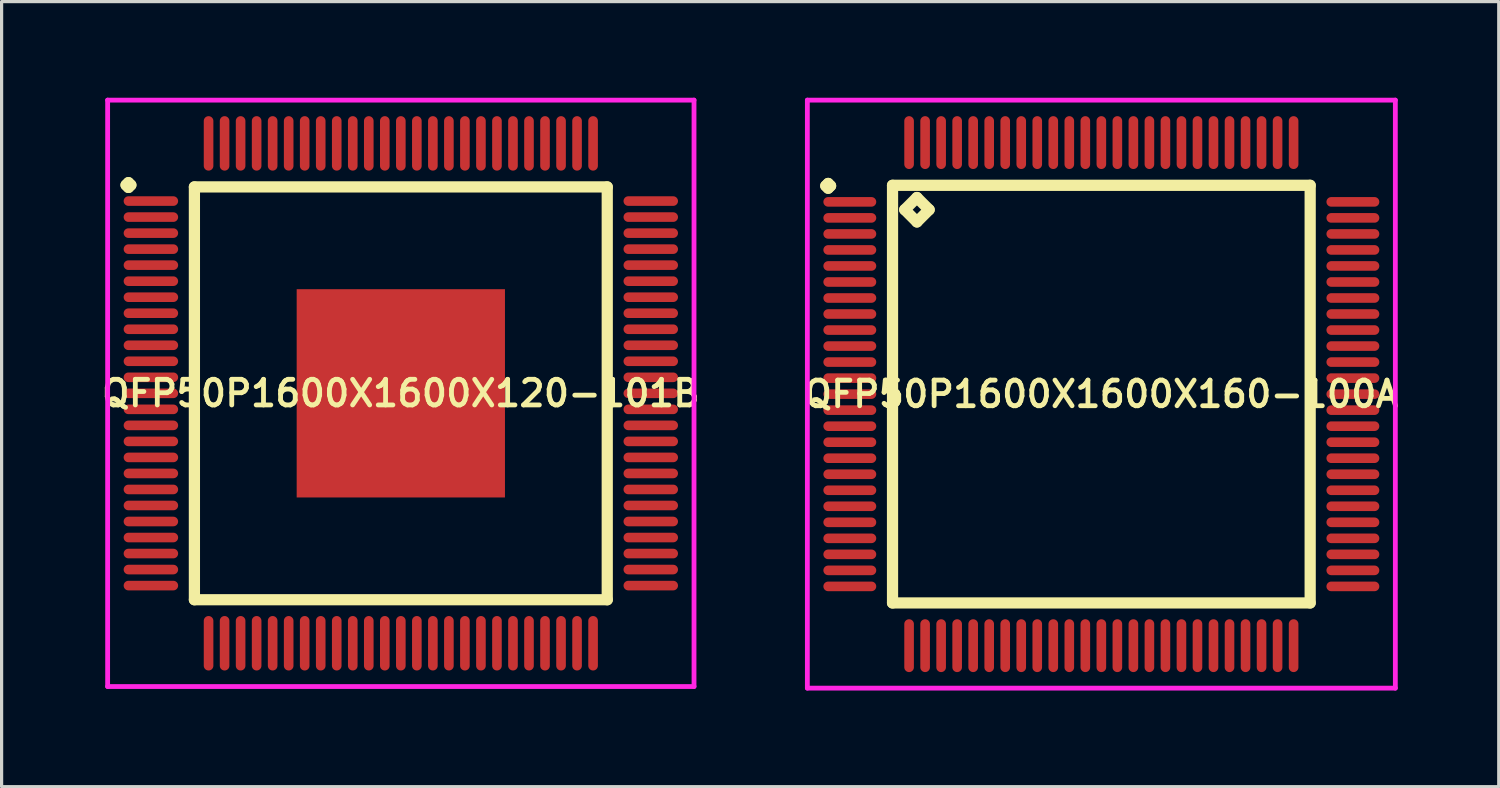
<source format=kicad_pcb>
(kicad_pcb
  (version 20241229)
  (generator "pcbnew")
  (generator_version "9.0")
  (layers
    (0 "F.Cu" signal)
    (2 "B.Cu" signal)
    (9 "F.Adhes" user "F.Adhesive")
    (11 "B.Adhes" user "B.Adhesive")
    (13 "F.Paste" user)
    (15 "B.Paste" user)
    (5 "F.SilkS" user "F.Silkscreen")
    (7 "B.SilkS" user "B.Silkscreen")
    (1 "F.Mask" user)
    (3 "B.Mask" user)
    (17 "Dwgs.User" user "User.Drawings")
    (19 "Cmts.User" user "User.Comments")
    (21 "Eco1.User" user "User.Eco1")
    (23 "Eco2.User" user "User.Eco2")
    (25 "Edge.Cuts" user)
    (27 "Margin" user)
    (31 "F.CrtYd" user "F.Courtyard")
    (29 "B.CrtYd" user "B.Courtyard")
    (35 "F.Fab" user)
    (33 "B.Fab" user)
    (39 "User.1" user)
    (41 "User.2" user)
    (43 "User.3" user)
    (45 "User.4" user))
  (footprint "QFP50P1600X1600X160-100A"
    (layer "F.Cu")
    (at 31.321 9.25)
    (property "Reference" "QFP50P1600X1600X160-100A" (at 0 0 0) (layer "F.SilkS") (effects (font (size 0.8 0.8) (thickness 0.15))))
    (attr smd)
    (fp_line (start -8.6 -6.5) (end -8.525 -6.575) (stroke (width 0.35) (type solid)) (layer "F.SilkS"))
    (fp_line (start -8.525 -6.575) (end -8.45 -6.5) (stroke (width 0.35) (type solid)) (layer "F.SilkS"))
    (fp_line (start -8.525 -6.425) (end -8.6 -6.5) (stroke (width 0.35) (type solid)) (layer "F.SilkS"))
    (fp_line (start -8.45 -6.5) (end -8.525 -6.425) (stroke (width 0.35) (type solid)) (layer "F.SilkS"))
    (fp_line (start -6.517 -6.517) (end -6.517 6.517) (stroke (width 0.35) (type solid)) (layer "F.SilkS"))
    (fp_line (start -6.517 6.517) (end 6.517 6.517) (stroke (width 0.35) (type solid)) (layer "F.SilkS"))
    (fp_line (start -6.136 -5.755) (end -5.755 -6.136) (stroke (width 0.35) (type solid)) (layer "F.SilkS"))
    (fp_line (start -5.755 -6.136) (end -5.374 -5.755) (stroke (width 0.35) (type solid)) (layer "F.SilkS"))
    (fp_line (start -5.755 -5.374) (end -6.136 -5.755) (stroke (width 0.35) (type solid)) (layer "F.SilkS"))
    (fp_line (start -5.374 -5.755) (end -5.755 -5.374) (stroke (width 0.35) (type solid)) (layer "F.SilkS"))
    (fp_line (start 6.517 -6.517) (end -6.517 -6.517) (stroke (width 0.35) (type solid)) (layer "F.SilkS"))
    (fp_line (start 6.517 6.517) (end 6.517 -6.517) (stroke (width 0.35) (type solid)) (layer "F.SilkS"))
    (fp_line (start -9.175 -9.175) (end 9.175 -9.175) (stroke (width 0.15) (type solid)) (layer "F.CrtYd"))
    (fp_line (start -9.175 9.175) (end -9.175 -9.175) (stroke (width 0.15) (type solid)) (layer "F.CrtYd"))
    (fp_line (start 9.175 -9.175) (end 9.175 9.175) (stroke (width 0.15) (type solid)) (layer "F.CrtYd"))
    (fp_line (start 9.175 9.175) (end -9.175 9.175) (stroke (width 0.15) (type solid)) (layer "F.CrtYd"))
    (pad "1" smd oval (at -7.85 -6) (size 1.65 0.3) (layers "F.Cu" "F.Mask" "F.Paste"))
    (pad "2" smd oval (at -7.85 -5.5) (size 1.65 0.3) (layers "F.Cu" "F.Mask" "F.Paste"))
    (pad "3" smd oval (at -7.85 -5) (size 1.65 0.3) (layers "F.Cu" "F.Mask" "F.Paste"))
    (pad "4" smd oval (at -7.85 -4.5) (size 1.65 0.3) (layers "F.Cu" "F.Mask" "F.Paste"))
    (pad "5" smd oval (at -7.85 -4) (size 1.65 0.3) (layers "F.Cu" "F.Mask" "F.Paste"))
    (pad "6" smd oval (at -7.85 -3.5) (size 1.65 0.3) (layers "F.Cu" "F.Mask" "F.Paste"))
    (pad "7" smd oval (at -7.85 -3) (size 1.65 0.3) (layers "F.Cu" "F.Mask" "F.Paste"))
    (pad "8" smd oval (at -7.85 -2.5) (size 1.65 0.3) (layers "F.Cu" "F.Mask" "F.Paste"))
    (pad "9" smd oval (at -7.85 -2) (size 1.65 0.3) (layers "F.Cu" "F.Mask" "F.Paste"))
    (pad "10" smd oval (at -7.85 -1.5) (size 1.65 0.3) (layers "F.Cu" "F.Mask" "F.Paste"))
    (pad "11" smd oval (at -7.85 -1) (size 1.65 0.3) (layers "F.Cu" "F.Mask" "F.Paste"))
    (pad "12" smd oval (at -7.85 -0.5) (size 1.65 0.3) (layers "F.Cu" "F.Mask" "F.Paste"))
    (pad "13" smd oval (at -7.85 0) (size 1.65 0.3) (layers "F.Cu" "F.Mask" "F.Paste"))
    (pad "14" smd oval (at -7.85 0.5) (size 1.65 0.3) (layers "F.Cu" "F.Mask" "F.Paste"))
    (pad "15" smd oval (at -7.85 1) (size 1.65 0.3) (layers "F.Cu" "F.Mask" "F.Paste"))
    (pad "16" smd oval (at -7.85 1.5) (size 1.65 0.3) (layers "F.Cu" "F.Mask" "F.Paste"))
    (pad "17" smd oval (at -7.85 2) (size 1.65 0.3) (layers "F.Cu" "F.Mask" "F.Paste"))
    (pad "18" smd oval (at -7.85 2.5) (size 1.65 0.3) (layers "F.Cu" "F.Mask" "F.Paste"))
    (pad "19" smd oval (at -7.85 3) (size 1.65 0.3) (layers "F.Cu" "F.Mask" "F.Paste"))
    (pad "20" smd oval (at -7.85 3.5) (size 1.65 0.3) (layers "F.Cu" "F.Mask" "F.Paste"))
    (pad "21" smd oval (at -7.85 4) (size 1.65 0.3) (layers "F.Cu" "F.Mask" "F.Paste"))
    (pad "22" smd oval (at -7.85 4.5) (size 1.65 0.3) (layers "F.Cu" "F.Mask" "F.Paste"))
    (pad "23" smd oval (at -7.85 5) (size 1.65 0.3) (layers "F.Cu" "F.Mask" "F.Paste"))
    (pad "24" smd oval (at -7.85 5.5) (size 1.65 0.3) (layers "F.Cu" "F.Mask" "F.Paste"))
    (pad "25" smd oval (at -7.85 6) (size 1.65 0.3) (layers "F.Cu" "F.Mask" "F.Paste"))
    (pad "26" smd oval (at -6 7.85) (size 0.3 1.65) (layers "F.Cu" "F.Mask" "F.Paste"))
    (pad "27" smd oval (at -5.5 7.85) (size 0.3 1.65) (layers "F.Cu" "F.Mask" "F.Paste"))
    (pad "28" smd oval (at -5 7.85) (size 0.3 1.65) (layers "F.Cu" "F.Mask" "F.Paste"))
    (pad "29" smd oval (at -4.5 7.85) (size 0.3 1.65) (layers "F.Cu" "F.Mask" "F.Paste"))
    (pad "30" smd oval (at -4 7.85) (size 0.3 1.65) (layers "F.Cu" "F.Mask" "F.Paste"))
    (pad "31" smd oval (at -3.5 7.85) (size 0.3 1.65) (layers "F.Cu" "F.Mask" "F.Paste"))
    (pad "32" smd oval (at -3 7.85) (size 0.3 1.65) (layers "F.Cu" "F.Mask" "F.Paste"))
    (pad "33" smd oval (at -2.5 7.85) (size 0.3 1.65) (layers "F.Cu" "F.Mask" "F.Paste"))
    (pad "34" smd oval (at -2 7.85) (size 0.3 1.65) (layers "F.Cu" "F.Mask" "F.Paste"))
    (pad "35" smd oval (at -1.5 7.85) (size 0.3 1.65) (layers "F.Cu" "F.Mask" "F.Paste"))
    (pad "36" smd oval (at -1 7.85) (size 0.3 1.65) (layers "F.Cu" "F.Mask" "F.Paste"))
    (pad "37" smd oval (at -0.5 7.85) (size 0.3 1.65) (layers "F.Cu" "F.Mask" "F.Paste"))
    (pad "38" smd oval (at 0 7.85) (size 0.3 1.65) (layers "F.Cu" "F.Mask" "F.Paste"))
    (pad "39" smd oval (at 0.5 7.85) (size 0.3 1.65) (layers "F.Cu" "F.Mask" "F.Paste"))
    (pad "40" smd oval (at 1 7.85) (size 0.3 1.65) (layers "F.Cu" "F.Mask" "F.Paste"))
    (pad "41" smd oval (at 1.5 7.85) (size 0.3 1.65) (layers "F.Cu" "F.Mask" "F.Paste"))
    (pad "42" smd oval (at 2 7.85) (size 0.3 1.65) (layers "F.Cu" "F.Mask" "F.Paste"))
    (pad "43" smd oval (at 2.5 7.85) (size 0.3 1.65) (layers "F.Cu" "F.Mask" "F.Paste"))
    (pad "44" smd oval (at 3 7.85) (size 0.3 1.65) (layers "F.Cu" "F.Mask" "F.Paste"))
    (pad "45" smd oval (at 3.5 7.85) (size 0.3 1.65) (layers "F.Cu" "F.Mask" "F.Paste"))
    (pad "46" smd oval (at 4 7.85) (size 0.3 1.65) (layers "F.Cu" "F.Mask" "F.Paste"))
    (pad "47" smd oval (at 4.5 7.85) (size 0.3 1.65) (layers "F.Cu" "F.Mask" "F.Paste"))
    (pad "48" smd oval (at 5 7.85) (size 0.3 1.65) (layers "F.Cu" "F.Mask" "F.Paste"))
    (pad "49" smd oval (at 5.5 7.85) (size 0.3 1.65) (layers "F.Cu" "F.Mask" "F.Paste"))
    (pad "50" smd oval (at 6 7.85) (size 0.3 1.65) (layers "F.Cu" "F.Mask" "F.Paste"))
    (pad "51" smd oval (at 7.85 6) (size 1.65 0.3) (layers "F.Cu" "F.Mask" "F.Paste"))
    (pad "52" smd oval (at 7.85 5.5) (size 1.65 0.3) (layers "F.Cu" "F.Mask" "F.Paste"))
    (pad "53" smd oval (at 7.85 5) (size 1.65 0.3) (layers "F.Cu" "F.Mask" "F.Paste"))
    (pad "54" smd oval (at 7.85 4.5) (size 1.65 0.3) (layers "F.Cu" "F.Mask" "F.Paste"))
    (pad "55" smd oval (at 7.85 4) (size 1.65 0.3) (layers "F.Cu" "F.Mask" "F.Paste"))
    (pad "56" smd oval (at 7.85 3.5) (size 1.65 0.3) (layers "F.Cu" "F.Mask" "F.Paste"))
    (pad "57" smd oval (at 7.85 3) (size 1.65 0.3) (layers "F.Cu" "F.Mask" "F.Paste"))
    (pad "58" smd oval (at 7.85 2.5) (size 1.65 0.3) (layers "F.Cu" "F.Mask" "F.Paste"))
    (pad "59" smd oval (at 7.85 2) (size 1.65 0.3) (layers "F.Cu" "F.Mask" "F.Paste"))
    (pad "60" smd oval (at 7.85 1.5) (size 1.65 0.3) (layers "F.Cu" "F.Mask" "F.Paste"))
    (pad "61" smd oval (at 7.85 1) (size 1.65 0.3) (layers "F.Cu" "F.Mask" "F.Paste"))
    (pad "62" smd oval (at 7.85 0.5) (size 1.65 0.3) (layers "F.Cu" "F.Mask" "F.Paste"))
    (pad "63" smd oval (at 7.85 0) (size 1.65 0.3) (layers "F.Cu" "F.Mask" "F.Paste"))
    (pad "64" smd oval (at 7.85 -0.5) (size 1.65 0.3) (layers "F.Cu" "F.Mask" "F.Paste"))
    (pad "65" smd oval (at 7.85 -1) (size 1.65 0.3) (layers "F.Cu" "F.Mask" "F.Paste"))
    (pad "66" smd oval (at 7.85 -1.5) (size 1.65 0.3) (layers "F.Cu" "F.Mask" "F.Paste"))
    (pad "67" smd oval (at 7.85 -2) (size 1.65 0.3) (layers "F.Cu" "F.Mask" "F.Paste"))
    (pad "68" smd oval (at 7.85 -2.5) (size 1.65 0.3) (layers "F.Cu" "F.Mask" "F.Paste"))
    (pad "69" smd oval (at 7.85 -3) (size 1.65 0.3) (layers "F.Cu" "F.Mask" "F.Paste"))
    (pad "70" smd oval (at 7.85 -3.5) (size 1.65 0.3) (layers "F.Cu" "F.Mask" "F.Paste"))
    (pad "71" smd oval (at 7.85 -4) (size 1.65 0.3) (layers "F.Cu" "F.Mask" "F.Paste"))
    (pad "72" smd oval (at 7.85 -4.5) (size 1.65 0.3) (layers "F.Cu" "F.Mask" "F.Paste"))
    (pad "73" smd oval (at 7.85 -5) (size 1.65 0.3) (layers "F.Cu" "F.Mask" "F.Paste"))
    (pad "74" smd oval (at 7.85 -5.5) (size 1.65 0.3) (layers "F.Cu" "F.Mask" "F.Paste"))
    (pad "75" smd oval (at 7.85 -6) (size 1.65 0.3) (layers "F.Cu" "F.Mask" "F.Paste"))
    (pad "76" smd oval (at 6 -7.85) (size 0.3 1.65) (layers "F.Cu" "F.Mask" "F.Paste"))
    (pad "77" smd oval (at 5.5 -7.85) (size 0.3 1.65) (layers "F.Cu" "F.Mask" "F.Paste"))
    (pad "78" smd oval (at 5 -7.85) (size 0.3 1.65) (layers "F.Cu" "F.Mask" "F.Paste"))
    (pad "79" smd oval (at 4.5 -7.85) (size 0.3 1.65) (layers "F.Cu" "F.Mask" "F.Paste"))
    (pad "80" smd oval (at 4 -7.85) (size 0.3 1.65) (layers "F.Cu" "F.Mask" "F.Paste"))
    (pad "81" smd oval (at 3.5 -7.85) (size 0.3 1.65) (layers "F.Cu" "F.Mask" "F.Paste"))
    (pad "82" smd oval (at 3 -7.85) (size 0.3 1.65) (layers "F.Cu" "F.Mask" "F.Paste"))
    (pad "83" smd oval (at 2.5 -7.85) (size 0.3 1.65) (layers "F.Cu" "F.Mask" "F.Paste"))
    (pad "84" smd oval (at 2 -7.85) (size 0.3 1.65) (layers "F.Cu" "F.Mask" "F.Paste"))
    (pad "85" smd oval (at 1.5 -7.85) (size 0.3 1.65) (layers "F.Cu" "F.Mask" "F.Paste"))
    (pad "86" smd oval (at 1 -7.85) (size 0.3 1.65) (layers "F.Cu" "F.Mask" "F.Paste"))
    (pad "87" smd oval (at 0.5 -7.85) (size 0.3 1.65) (layers "F.Cu" "F.Mask" "F.Paste"))
    (pad "88" smd oval (at 0 -7.85) (size 0.3 1.65) (layers "F.Cu" "F.Mask" "F.Paste"))
    (pad "89" smd oval (at -0.5 -7.85) (size 0.3 1.65) (layers "F.Cu" "F.Mask" "F.Paste"))
    (pad "90" smd oval (at -1 -7.85) (size 0.3 1.65) (layers "F.Cu" "F.Mask" "F.Paste"))
    (pad "91" smd oval (at -1.5 -7.85) (size 0.3 1.65) (layers "F.Cu" "F.Mask" "F.Paste"))
    (pad "92" smd oval (at -2 -7.85) (size 0.3 1.65) (layers "F.Cu" "F.Mask" "F.Paste"))
    (pad "93" smd oval (at -2.5 -7.85) (size 0.3 1.65) (layers "F.Cu" "F.Mask" "F.Paste"))
    (pad "94" smd oval (at -3 -7.85) (size 0.3 1.65) (layers "F.Cu" "F.Mask" "F.Paste"))
    (pad "95" smd oval (at -3.5 -7.85) (size 0.3 1.65) (layers "F.Cu" "F.Mask" "F.Paste"))
    (pad "96" smd oval (at -4 -7.85) (size 0.3 1.65) (layers "F.Cu" "F.Mask" "F.Paste"))
    (pad "97" smd oval (at -4.5 -7.85) (size 0.3 1.65) (layers "F.Cu" "F.Mask" "F.Paste"))
    (pad "98" smd oval (at -5 -7.85) (size 0.3 1.65) (layers "F.Cu" "F.Mask" "F.Paste"))
    (pad "99" smd oval (at -5.5 -7.85) (size 0.3 1.65) (layers "F.Cu" "F.Mask" "F.Paste"))
    (pad "100" smd oval (at -6 -7.85) (size 0.3 1.65) (layers "F.Cu" "F.Mask" "F.Paste")))
  (footprint "QFP50P1600X1600X120-101B"
    (layer "F.Cu")
    (at 9.459 9.225)
    (property "Reference" "QFP50P1600X1600X120-101B" (at 0 0 0) (layer "F.SilkS") (effects (font (size 0.8 0.8) (thickness 0.15))))
    (attr smd)
    (fp_line (start -8.575 -6.5) (end -8.5 -6.575) (stroke (width 0.35) (type solid)) (layer "F.SilkS"))
    (fp_line (start -8.5 -6.575) (end -8.425 -6.5) (stroke (width 0.35) (type solid)) (layer "F.SilkS"))
    (fp_line (start -8.5 -6.425) (end -8.575 -6.5) (stroke (width 0.35) (type solid)) (layer "F.SilkS"))
    (fp_line (start -8.425 -6.5) (end -8.5 -6.425) (stroke (width 0.35) (type solid)) (layer "F.SilkS"))
    (fp_line (start -6.442 -6.442) (end -6.442 6.442) (stroke (width 0.35) (type solid)) (layer "F.SilkS"))
    (fp_line (start -6.442 6.442) (end 6.442 6.442) (stroke (width 0.35) (type solid)) (layer "F.SilkS"))
    (fp_line (start 6.442 -6.442) (end -6.442 -6.442) (stroke (width 0.35) (type solid)) (layer "F.SilkS"))
    (fp_line (start 6.442 6.442) (end 6.442 -6.442) (stroke (width 0.35) (type solid)) (layer "F.SilkS"))
    (fp_line (start -9.15 -9.15) (end 9.15 -9.15) (stroke (width 0.15) (type solid)) (layer "F.CrtYd"))
    (fp_line (start -9.15 9.15) (end -9.15 -9.15) (stroke (width 0.15) (type solid)) (layer "F.CrtYd"))
    (fp_line (start 9.15 -9.15) (end 9.15 9.15) (stroke (width 0.15) (type solid)) (layer "F.CrtYd"))
    (fp_line (start 9.15 9.15) (end -9.15 9.15) (stroke (width 0.15) (type solid)) (layer "F.CrtYd"))
    (pad "1" smd oval (at -7.8 -6) (size 1.7 0.3) (layers "F.Cu" "F.Mask" "F.Paste"))
    (pad "2" smd oval (at -7.8 -5.5) (size 1.7 0.3) (layers "F.Cu" "F.Mask" "F.Paste"))
    (pad "3" smd oval (at -7.8 -5) (size 1.7 0.3) (layers "F.Cu" "F.Mask" "F.Paste"))
    (pad "4" smd oval (at -7.8 -4.5) (size 1.7 0.3) (layers "F.Cu" "F.Mask" "F.Paste"))
    (pad "5" smd oval (at -7.8 -4) (size 1.7 0.3) (layers "F.Cu" "F.Mask" "F.Paste"))
    (pad "6" smd oval (at -7.8 -3.5) (size 1.7 0.3) (layers "F.Cu" "F.Mask" "F.Paste"))
    (pad "7" smd oval (at -7.8 -3) (size 1.7 0.3) (layers "F.Cu" "F.Mask" "F.Paste"))
    (pad "8" smd oval (at -7.8 -2.5) (size 1.7 0.3) (layers "F.Cu" "F.Mask" "F.Paste"))
    (pad "9" smd oval (at -7.8 -2) (size 1.7 0.3) (layers "F.Cu" "F.Mask" "F.Paste"))
    (pad "10" smd oval (at -7.8 -1.5) (size 1.7 0.3) (layers "F.Cu" "F.Mask" "F.Paste"))
    (pad "11" smd oval (at -7.8 -1) (size 1.7 0.3) (layers "F.Cu" "F.Mask" "F.Paste"))
    (pad "12" smd oval (at -7.8 -0.5) (size 1.7 0.3) (layers "F.Cu" "F.Mask" "F.Paste"))
    (pad "13" smd oval (at -7.8 0) (size 1.7 0.3) (layers "F.Cu" "F.Mask" "F.Paste"))
    (pad "14" smd oval (at -7.8 0.5) (size 1.7 0.3) (layers "F.Cu" "F.Mask" "F.Paste"))
    (pad "15" smd oval (at -7.8 1) (size 1.7 0.3) (layers "F.Cu" "F.Mask" "F.Paste"))
    (pad "16" smd oval (at -7.8 1.5) (size 1.7 0.3) (layers "F.Cu" "F.Mask" "F.Paste"))
    (pad "17" smd oval (at -7.8 2) (size 1.7 0.3) (layers "F.Cu" "F.Mask" "F.Paste"))
    (pad "18" smd oval (at -7.8 2.5) (size 1.7 0.3) (layers "F.Cu" "F.Mask" "F.Paste"))
    (pad "19" smd oval (at -7.8 3) (size 1.7 0.3) (layers "F.Cu" "F.Mask" "F.Paste"))
    (pad "20" smd oval (at -7.8 3.5) (size 1.7 0.3) (layers "F.Cu" "F.Mask" "F.Paste"))
    (pad "21" smd oval (at -7.8 4) (size 1.7 0.3) (layers "F.Cu" "F.Mask" "F.Paste"))
    (pad "22" smd oval (at -7.8 4.5) (size 1.7 0.3) (layers "F.Cu" "F.Mask" "F.Paste"))
    (pad "23" smd oval (at -7.8 5) (size 1.7 0.3) (layers "F.Cu" "F.Mask" "F.Paste"))
    (pad "24" smd oval (at -7.8 5.5) (size 1.7 0.3) (layers "F.Cu" "F.Mask" "F.Paste"))
    (pad "25" smd oval (at -7.8 6) (size 1.7 0.3) (layers "F.Cu" "F.Mask" "F.Paste"))
    (pad "26" smd oval (at -6 7.8) (size 0.3 1.7) (layers "F.Cu" "F.Mask" "F.Paste"))
    (pad "27" smd oval (at -5.5 7.8) (size 0.3 1.7) (layers "F.Cu" "F.Mask" "F.Paste"))
    (pad "28" smd oval (at -5 7.8) (size 0.3 1.7) (layers "F.Cu" "F.Mask" "F.Paste"))
    (pad "29" smd oval (at -4.5 7.8) (size 0.3 1.7) (layers "F.Cu" "F.Mask" "F.Paste"))
    (pad "30" smd oval (at -4 7.8) (size 0.3 1.7) (layers "F.Cu" "F.Mask" "F.Paste"))
    (pad "31" smd oval (at -3.5 7.8) (size 0.3 1.7) (layers "F.Cu" "F.Mask" "F.Paste"))
    (pad "32" smd oval (at -3 7.8) (size 0.3 1.7) (layers "F.Cu" "F.Mask" "F.Paste"))
    (pad "33" smd oval (at -2.5 7.8) (size 0.3 1.7) (layers "F.Cu" "F.Mask" "F.Paste"))
    (pad "34" smd oval (at -2 7.8) (size 0.3 1.7) (layers "F.Cu" "F.Mask" "F.Paste"))
    (pad "35" smd oval (at -1.5 7.8) (size 0.3 1.7) (layers "F.Cu" "F.Mask" "F.Paste"))
    (pad "36" smd oval (at -1 7.8) (size 0.3 1.7) (layers "F.Cu" "F.Mask" "F.Paste"))
    (pad "37" smd oval (at -0.5 7.8) (size 0.3 1.7) (layers "F.Cu" "F.Mask" "F.Paste"))
    (pad "38" smd oval (at 0 7.8) (size 0.3 1.7) (layers "F.Cu" "F.Mask" "F.Paste"))
    (pad "39" smd oval (at 0.5 7.8) (size 0.3 1.7) (layers "F.Cu" "F.Mask" "F.Paste"))
    (pad "40" smd oval (at 1 7.8) (size 0.3 1.7) (layers "F.Cu" "F.Mask" "F.Paste"))
    (pad "41" smd oval (at 1.5 7.8) (size 0.3 1.7) (layers "F.Cu" "F.Mask" "F.Paste"))
    (pad "42" smd oval (at 2 7.8) (size 0.3 1.7) (layers "F.Cu" "F.Mask" "F.Paste"))
    (pad "43" smd oval (at 2.5 7.8) (size 0.3 1.7) (layers "F.Cu" "F.Mask" "F.Paste"))
    (pad "44" smd oval (at 3 7.8) (size 0.3 1.7) (layers "F.Cu" "F.Mask" "F.Paste"))
    (pad "45" smd oval (at 3.5 7.8) (size 0.3 1.7) (layers "F.Cu" "F.Mask" "F.Paste"))
    (pad "46" smd oval (at 4 7.8) (size 0.3 1.7) (layers "F.Cu" "F.Mask" "F.Paste"))
    (pad "47" smd oval (at 4.5 7.8) (size 0.3 1.7) (layers "F.Cu" "F.Mask" "F.Paste"))
    (pad "48" smd oval (at 5 7.8) (size 0.3 1.7) (layers "F.Cu" "F.Mask" "F.Paste"))
    (pad "49" smd oval (at 5.5 7.8) (size 0.3 1.7) (layers "F.Cu" "F.Mask" "F.Paste"))
    (pad "50" smd oval (at 6 7.8) (size 0.3 1.7) (layers "F.Cu" "F.Mask" "F.Paste"))
    (pad "51" smd oval (at 7.8 6) (size 1.7 0.3) (layers "F.Cu" "F.Mask" "F.Paste"))
    (pad "52" smd oval (at 7.8 5.5) (size 1.7 0.3) (layers "F.Cu" "F.Mask" "F.Paste"))
    (pad "53" smd oval (at 7.8 5) (size 1.7 0.3) (layers "F.Cu" "F.Mask" "F.Paste"))
    (pad "54" smd oval (at 7.8 4.5) (size 1.7 0.3) (layers "F.Cu" "F.Mask" "F.Paste"))
    (pad "55" smd oval (at 7.8 4) (size 1.7 0.3) (layers "F.Cu" "F.Mask" "F.Paste"))
    (pad "56" smd oval (at 7.8 3.5) (size 1.7 0.3) (layers "F.Cu" "F.Mask" "F.Paste"))
    (pad "57" smd oval (at 7.8 3) (size 1.7 0.3) (layers "F.Cu" "F.Mask" "F.Paste"))
    (pad "58" smd oval (at 7.8 2.5) (size 1.7 0.3) (layers "F.Cu" "F.Mask" "F.Paste"))
    (pad "59" smd oval (at 7.8 2) (size 1.7 0.3) (layers "F.Cu" "F.Mask" "F.Paste"))
    (pad "60" smd oval (at 7.8 1.5) (size 1.7 0.3) (layers "F.Cu" "F.Mask" "F.Paste"))
    (pad "61" smd oval (at 7.8 1) (size 1.7 0.3) (layers "F.Cu" "F.Mask" "F.Paste"))
    (pad "62" smd oval (at 7.8 0.5) (size 1.7 0.3) (layers "F.Cu" "F.Mask" "F.Paste"))
    (pad "63" smd oval (at 7.8 0) (size 1.7 0.3) (layers "F.Cu" "F.Mask" "F.Paste"))
    (pad "64" smd oval (at 7.8 -0.5) (size 1.7 0.3) (layers "F.Cu" "F.Mask" "F.Paste"))
    (pad "65" smd oval (at 7.8 -1) (size 1.7 0.3) (layers "F.Cu" "F.Mask" "F.Paste"))
    (pad "66" smd oval (at 7.8 -1.5) (size 1.7 0.3) (layers "F.Cu" "F.Mask" "F.Paste"))
    (pad "67" smd oval (at 7.8 -2) (size 1.7 0.3) (layers "F.Cu" "F.Mask" "F.Paste"))
    (pad "68" smd oval (at 7.8 -2.5) (size 1.7 0.3) (layers "F.Cu" "F.Mask" "F.Paste"))
    (pad "69" smd oval (at 7.8 -3) (size 1.7 0.3) (layers "F.Cu" "F.Mask" "F.Paste"))
    (pad "70" smd oval (at 7.8 -3.5) (size 1.7 0.3) (layers "F.Cu" "F.Mask" "F.Paste"))
    (pad "71" smd oval (at 7.8 -4) (size 1.7 0.3) (layers "F.Cu" "F.Mask" "F.Paste"))
    (pad "72" smd oval (at 7.8 -4.5) (size 1.7 0.3) (layers "F.Cu" "F.Mask" "F.Paste"))
    (pad "73" smd oval (at 7.8 -5) (size 1.7 0.3) (layers "F.Cu" "F.Mask" "F.Paste"))
    (pad "74" smd oval (at 7.8 -5.5) (size 1.7 0.3) (layers "F.Cu" "F.Mask" "F.Paste"))
    (pad "75" smd oval (at 7.8 -6) (size 1.7 0.3) (layers "F.Cu" "F.Mask" "F.Paste"))
    (pad "76" smd oval (at 6 -7.8) (size 0.3 1.7) (layers "F.Cu" "F.Mask" "F.Paste"))
    (pad "77" smd oval (at 5.5 -7.8) (size 0.3 1.7) (layers "F.Cu" "F.Mask" "F.Paste"))
    (pad "78" smd oval (at 5 -7.8) (size 0.3 1.7) (layers "F.Cu" "F.Mask" "F.Paste"))
    (pad "79" smd oval (at 4.5 -7.8) (size 0.3 1.7) (layers "F.Cu" "F.Mask" "F.Paste"))
    (pad "80" smd oval (at 4 -7.8) (size 0.3 1.7) (layers "F.Cu" "F.Mask" "F.Paste"))
    (pad "81" smd oval (at 3.5 -7.8) (size 0.3 1.7) (layers "F.Cu" "F.Mask" "F.Paste"))
    (pad "82" smd oval (at 3 -7.8) (size 0.3 1.7) (layers "F.Cu" "F.Mask" "F.Paste"))
    (pad "83" smd oval (at 2.5 -7.8) (size 0.3 1.7) (layers "F.Cu" "F.Mask" "F.Paste"))
    (pad "84" smd oval (at 2 -7.8) (size 0.3 1.7) (layers "F.Cu" "F.Mask" "F.Paste"))
    (pad "85" smd oval (at 1.5 -7.8) (size 0.3 1.7) (layers "F.Cu" "F.Mask" "F.Paste"))
    (pad "86" smd oval (at 1 -7.8) (size 0.3 1.7) (layers "F.Cu" "F.Mask" "F.Paste"))
    (pad "87" smd oval (at 0.5 -7.8) (size 0.3 1.7) (layers "F.Cu" "F.Mask" "F.Paste"))
    (pad "88" smd oval (at 0 -7.8) (size 0.3 1.7) (layers "F.Cu" "F.Mask" "F.Paste"))
    (pad "89" smd oval (at -0.5 -7.8) (size 0.3 1.7) (layers "F.Cu" "F.Mask" "F.Paste"))
    (pad "90" smd oval (at -1 -7.8) (size 0.3 1.7) (layers "F.Cu" "F.Mask" "F.Paste"))
    (pad "91" smd oval (at -1.5 -7.8) (size 0.3 1.7) (layers "F.Cu" "F.Mask" "F.Paste"))
    (pad "92" smd oval (at -2 -7.8) (size 0.3 1.7) (layers "F.Cu" "F.Mask" "F.Paste"))
    (pad "93" smd oval (at -2.5 -7.8) (size 0.3 1.7) (layers "F.Cu" "F.Mask" "F.Paste"))
    (pad "94" smd oval (at -3 -7.8) (size 0.3 1.7) (layers "F.Cu" "F.Mask" "F.Paste"))
    (pad "95" smd oval (at -3.5 -7.8) (size 0.3 1.7) (layers "F.Cu" "F.Mask" "F.Paste"))
    (pad "96" smd oval (at -4 -7.8) (size 0.3 1.7) (layers "F.Cu" "F.Mask" "F.Paste"))
    (pad "97" smd oval (at -4.5 -7.8) (size 0.3 1.7) (layers "F.Cu" "F.Mask" "F.Paste"))
    (pad "98" smd oval (at -5 -7.8) (size 0.3 1.7) (layers "F.Cu" "F.Mask" "F.Paste"))
    (pad "99" smd oval (at -5.5 -7.8) (size 0.3 1.7) (layers "F.Cu" "F.Mask" "F.Paste"))
    (pad "100" smd oval (at -6 -7.8) (size 0.3 1.7) (layers "F.Cu" "F.Mask" "F.Paste"))
    (pad "101" smd rect (at 0 0) (size 6.5 6.5) (layers "F.Cu" "F.Mask" "F.Paste")))
  (gr_rect
    (start -3 -3)
    (end 43.723 21.5)
    (stroke (width 0.1) (type default))
    (fill no)
    (layer "Edge.Cuts")))
</source>
